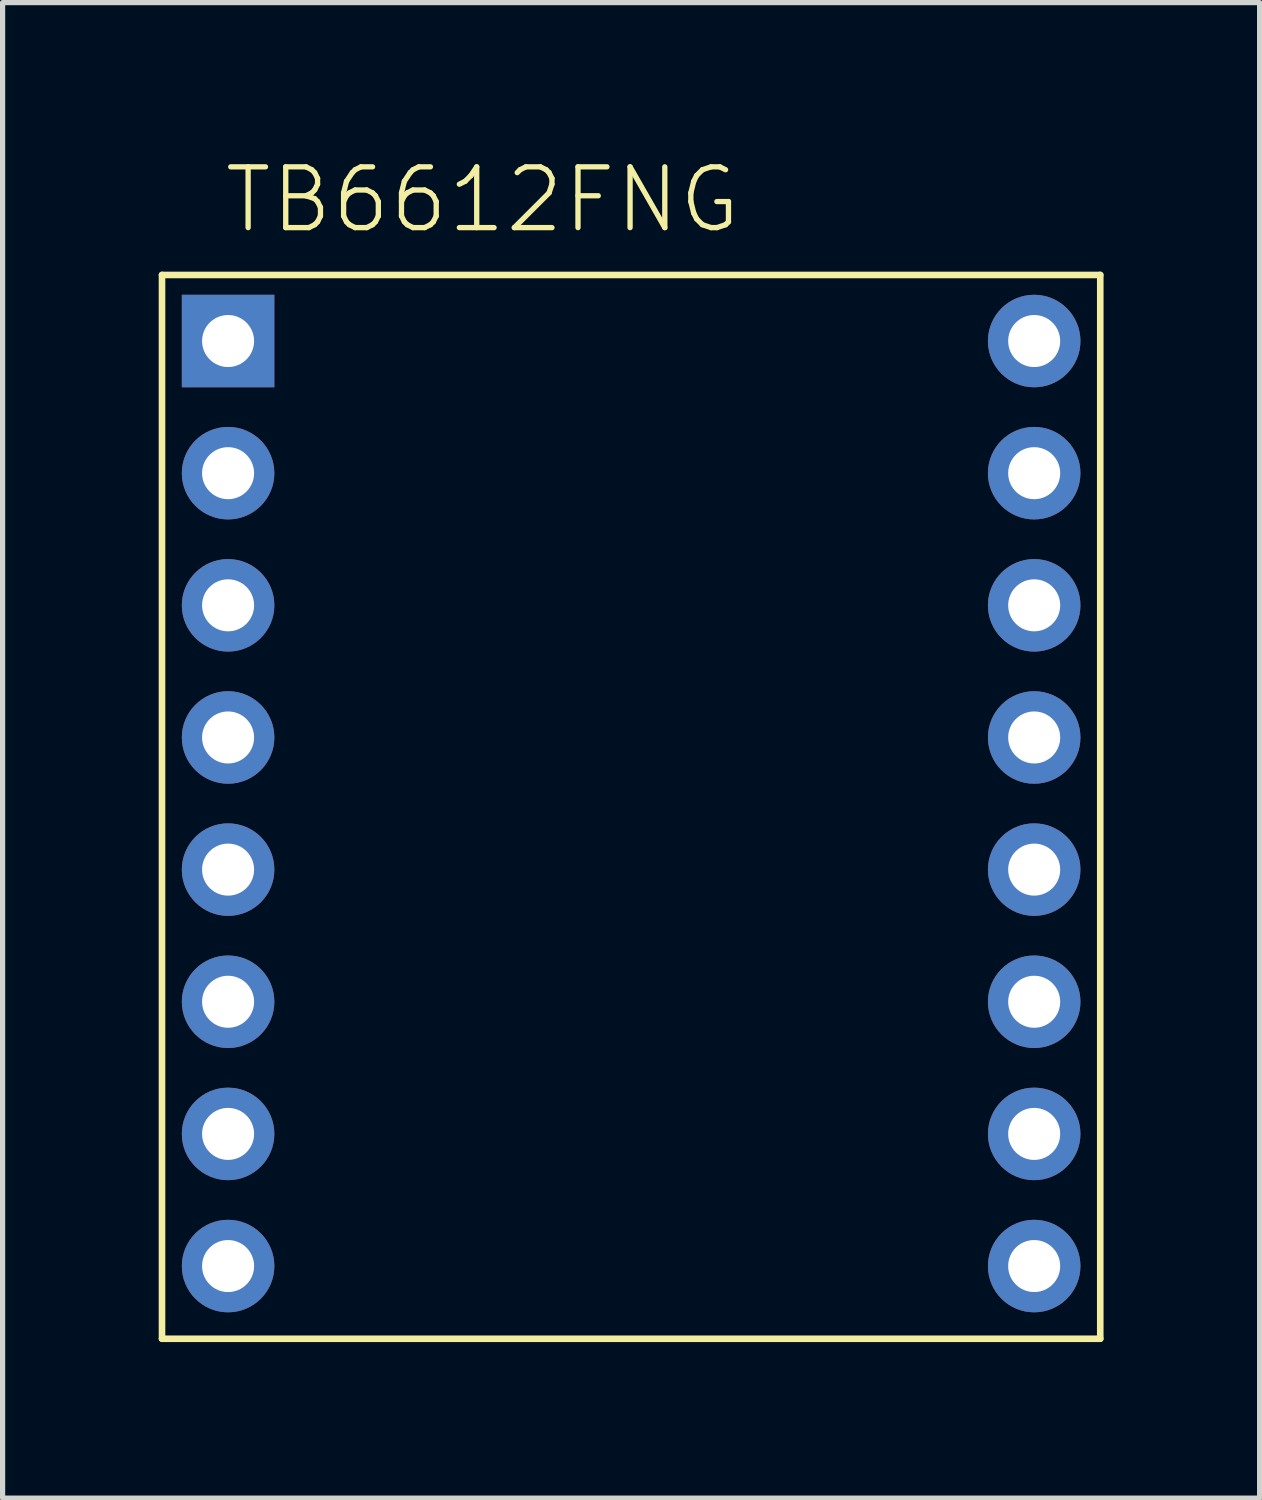
<source format=kicad_pcb>
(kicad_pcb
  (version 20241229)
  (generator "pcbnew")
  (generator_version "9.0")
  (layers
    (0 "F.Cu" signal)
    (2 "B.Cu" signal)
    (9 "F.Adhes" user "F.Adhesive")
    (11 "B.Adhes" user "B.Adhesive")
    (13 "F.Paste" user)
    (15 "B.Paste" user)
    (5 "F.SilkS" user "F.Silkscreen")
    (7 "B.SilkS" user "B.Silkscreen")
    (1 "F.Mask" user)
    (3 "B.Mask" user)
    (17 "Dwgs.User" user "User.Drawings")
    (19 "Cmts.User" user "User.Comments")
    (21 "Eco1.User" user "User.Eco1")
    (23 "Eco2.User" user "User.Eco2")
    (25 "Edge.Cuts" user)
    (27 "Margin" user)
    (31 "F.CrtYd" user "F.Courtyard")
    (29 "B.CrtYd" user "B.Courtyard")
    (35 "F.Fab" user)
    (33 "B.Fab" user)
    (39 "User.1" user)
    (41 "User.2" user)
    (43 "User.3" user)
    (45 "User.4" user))
  (footprint "TB6612FNG"
    (layer "F.Cu")
    (at 8.954 9.855)
    (property "Reference" "TB6612FNG" (at -7.747 -8.382 0) (layer "F.SilkS") (effects (font (size 1.168 1.168) (thickness 0.102)) (justify left bottom)))
    (fp_line (start -8.89 -7.62) (end -8.89 12.827) (stroke (width 0.127) (type solid)) (layer "F.SilkS"))
    (fp_line (start -8.89 -7.62) (end 9.144 -7.62) (stroke (width 0.127) (type solid)) (layer "F.SilkS"))
    (fp_line (start -8.89 12.827) (end 9.144 12.827) (stroke (width 0.127) (type solid)) (layer "F.SilkS"))
    (fp_line (start 9.144 -7.62) (end 9.144 12.827) (stroke (width 0.127) (type solid)) (layer "F.SilkS"))
    (pad "A1" thru_hole circle (at -7.62 1.27) (size 1.778 1.778) (drill 1) (layers "*.Cu" "*.Mask"))
    (pad "A2" thru_hole circle (at -7.62 3.81) (size 1.778 1.778) (drill 1) (layers "*.Cu" "*.Mask"))
    (pad "AIN1" thru_hole circle (at 7.874 -1.27) (size 1.778 1.778) (drill 1) (layers "*.Cu" "*.Mask"))
    (pad "AIN2" thru_hole circle (at 7.874 -3.81) (size 1.778 1.778) (drill 1) (layers "*.Cu" "*.Mask"))
    (pad "B1" thru_hole circle (at -7.62 8.89) (size 1.778 1.778) (drill 1) (layers "*.Cu" "*.Mask"))
    (pad "B2" thru_hole circle (at -7.62 6.35) (size 1.778 1.778) (drill 1) (layers "*.Cu" "*.Mask"))
    (pad "BIN1" thru_hole circle (at 7.874 3.81) (size 1.778 1.778) (drill 1) (layers "*.Cu" "*.Mask"))
    (pad "BIN2" thru_hole circle (at 7.874 6.35) (size 1.778 1.778) (drill 1) (layers "*.Cu" "*.Mask"))
    (pad "GND1" thru_hole circle (at -7.62 -1.27) (size 1.778 1.778) (drill 1) (layers "*.Cu" "*.Mask"))
    (pad "GND2" thru_hole circle (at -7.62 11.43) (size 1.778 1.778) (drill 1) (layers "*.Cu" "*.Mask"))
    (pad "GND3" thru_hole circle (at 7.874 11.43) (size 1.778 1.778) (drill 1) (layers "*.Cu" "*.Mask"))
    (pad "PWMA" thru_hole circle (at 7.874 -6.35) (size 1.778 1.778) (drill 1) (layers "*.Cu" "*.Mask"))
    (pad "PWMB" thru_hole circle (at 7.874 8.89) (size 1.778 1.778) (drill 1) (layers "*.Cu" "*.Mask"))
    (pad "STBY" thru_hole circle (at 7.874 1.27) (size 1.778 1.778) (drill 1) (layers "*.Cu" "*.Mask"))
    (pad "VCC" thru_hole circle (at -7.62 -3.81) (size 1.778 1.778) (drill 1) (layers "*.Cu" "*.Mask"))
    (pad "VM" thru_hole rect (at -7.62 -6.35) (size 1.778 1.778) (drill 1) (layers "*.Cu" "*.Mask")))
  (gr_rect
    (start -3 -3)
    (end 21.161 25.746)
    (stroke (width 0.1) (type default))
    (fill no)
    (layer "Edge.Cuts")))
</source>
